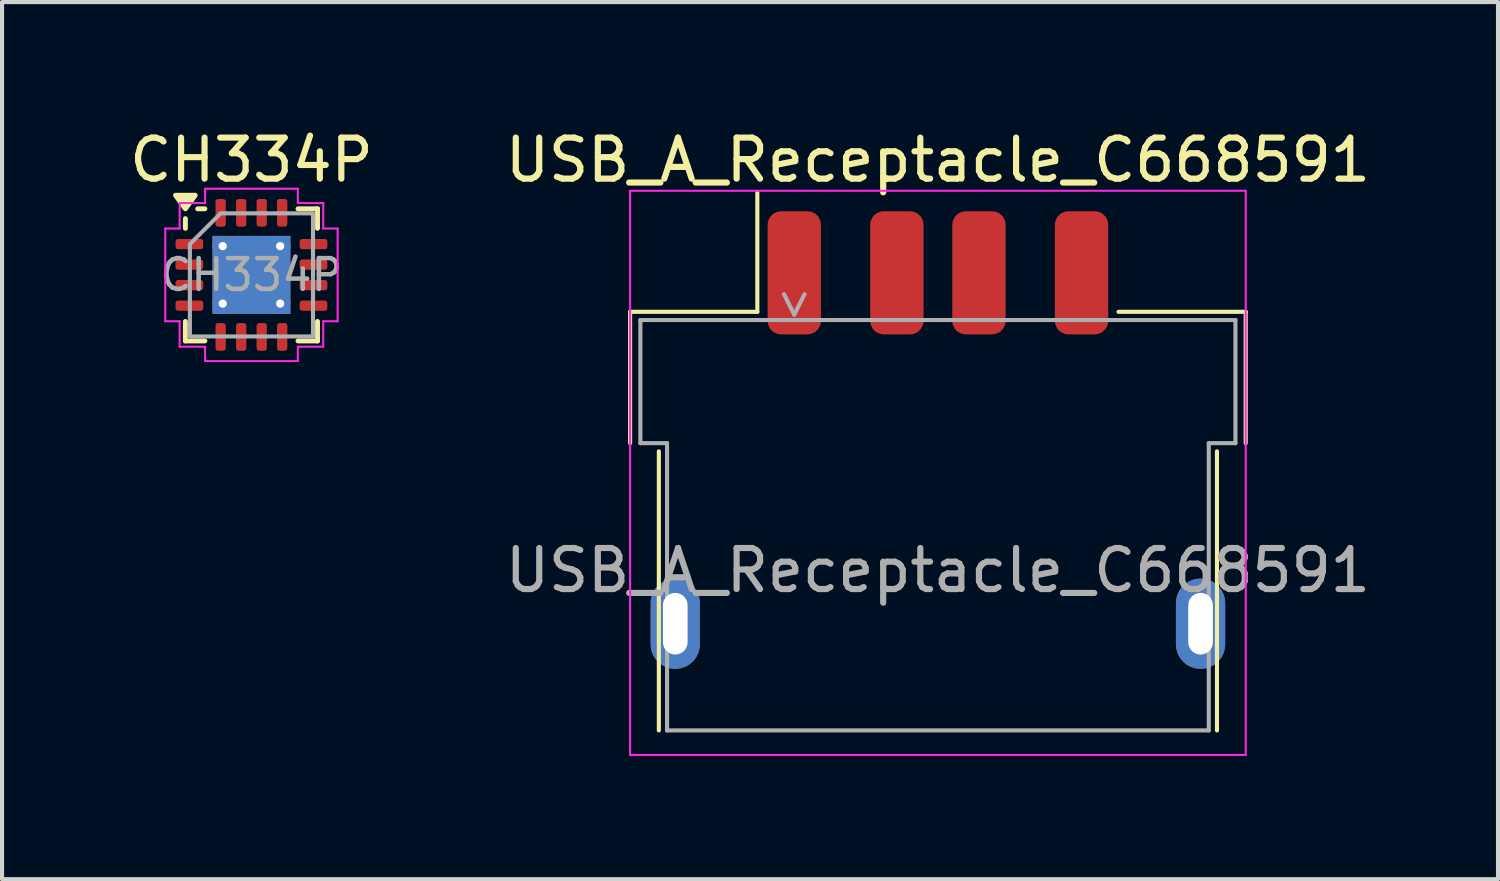
<source format=kicad_pcb>
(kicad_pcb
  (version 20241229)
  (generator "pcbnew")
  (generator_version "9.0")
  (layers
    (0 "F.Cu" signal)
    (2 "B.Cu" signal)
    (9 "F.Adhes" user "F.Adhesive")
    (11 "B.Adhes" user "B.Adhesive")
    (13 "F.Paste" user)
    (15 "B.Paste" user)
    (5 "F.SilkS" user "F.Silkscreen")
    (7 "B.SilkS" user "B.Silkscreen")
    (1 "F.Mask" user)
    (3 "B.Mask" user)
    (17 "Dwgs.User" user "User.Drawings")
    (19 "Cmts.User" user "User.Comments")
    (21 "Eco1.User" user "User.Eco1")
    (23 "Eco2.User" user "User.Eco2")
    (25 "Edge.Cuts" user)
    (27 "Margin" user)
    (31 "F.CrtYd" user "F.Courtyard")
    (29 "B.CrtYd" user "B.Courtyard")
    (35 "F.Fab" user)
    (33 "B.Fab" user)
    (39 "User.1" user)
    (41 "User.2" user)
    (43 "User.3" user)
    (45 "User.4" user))
  (footprint "CH334P"
    (layer "F.Cu")
    (at 3.077 3.648)
    (property "Reference" "CH334P" (at 0 -2.8 0) (layer "F.SilkS") (effects (font (size 1 1) (thickness 0.15))))
    (attr smd)
    (fp_line (start -1.61 -1.135) (end -1.61 -1.37) (stroke (width 0.12) (type solid)) (layer "F.SilkS"))
    (fp_line (start -1.61 1.61) (end -1.61 1.135) (stroke (width 0.12) (type solid)) (layer "F.SilkS"))
    (fp_line (start -1.135 -1.61) (end -1.31 -1.61) (stroke (width 0.12) (type solid)) (layer "F.SilkS"))
    (fp_line (start -1.135 1.61) (end -1.61 1.61) (stroke (width 0.12) (type solid)) (layer "F.SilkS"))
    (fp_line (start 1.135 -1.61) (end 1.61 -1.61) (stroke (width 0.12) (type solid)) (layer "F.SilkS"))
    (fp_line (start 1.135 1.61) (end 1.61 1.61) (stroke (width 0.12) (type solid)) (layer "F.SilkS"))
    (fp_line (start 1.61 -1.61) (end 1.61 -1.135) (stroke (width 0.12) (type solid)) (layer "F.SilkS"))
    (fp_line (start 1.61 1.61) (end 1.61 1.135) (stroke (width 0.12) (type solid)) (layer "F.SilkS"))
    (fp_poly (pts (xy -1.61 -1.61) (xy -1.85 -1.94) (xy -1.37 -1.94)) (stroke (width 0.12) (type solid)) (fill yes) (layer "F.SilkS"))
    (fp_line (start -2.1 -1.13) (end -1.75 -1.13) (stroke (width 0.05) (type solid)) (layer "F.CrtYd"))
    (fp_line (start -2.1 1.13) (end -2.1 -1.13) (stroke (width 0.05) (type solid)) (layer "F.CrtYd"))
    (fp_line (start -1.75 -1.75) (end -1.13 -1.75) (stroke (width 0.05) (type solid)) (layer "F.CrtYd"))
    (fp_line (start -1.75 -1.13) (end -1.75 -1.75) (stroke (width 0.05) (type solid)) (layer "F.CrtYd"))
    (fp_line (start -1.75 1.13) (end -2.1 1.13) (stroke (width 0.05) (type solid)) (layer "F.CrtYd"))
    (fp_line (start -1.75 1.75) (end -1.75 1.13) (stroke (width 0.05) (type solid)) (layer "F.CrtYd"))
    (fp_line (start -1.13 -2.1) (end 1.13 -2.1) (stroke (width 0.05) (type solid)) (layer "F.CrtYd"))
    (fp_line (start -1.13 -1.75) (end -1.13 -2.1) (stroke (width 0.05) (type solid)) (layer "F.CrtYd"))
    (fp_line (start -1.13 1.75) (end -1.75 1.75) (stroke (width 0.05) (type solid)) (layer "F.CrtYd"))
    (fp_line (start -1.13 2.1) (end -1.13 1.75) (stroke (width 0.05) (type solid)) (layer "F.CrtYd"))
    (fp_line (start 1.13 -2.1) (end 1.13 -1.75) (stroke (width 0.05) (type solid)) (layer "F.CrtYd"))
    (fp_line (start 1.13 -1.75) (end 1.75 -1.75) (stroke (width 0.05) (type solid)) (layer "F.CrtYd"))
    (fp_line (start 1.13 1.75) (end 1.13 2.1) (stroke (width 0.05) (type solid)) (layer "F.CrtYd"))
    (fp_line (start 1.13 2.1) (end -1.13 2.1) (stroke (width 0.05) (type solid)) (layer "F.CrtYd"))
    (fp_line (start 1.75 -1.75) (end 1.75 -1.13) (stroke (width 0.05) (type solid)) (layer "F.CrtYd"))
    (fp_line (start 1.75 -1.13) (end 2.1 -1.13) (stroke (width 0.05) (type solid)) (layer "F.CrtYd"))
    (fp_line (start 1.75 1.13) (end 1.75 1.75) (stroke (width 0.05) (type solid)) (layer "F.CrtYd"))
    (fp_line (start 1.75 1.75) (end 1.13 1.75) (stroke (width 0.05) (type solid)) (layer "F.CrtYd"))
    (fp_line (start 2.1 -1.13) (end 2.1 1.13) (stroke (width 0.05) (type solid)) (layer "F.CrtYd"))
    (fp_line (start 2.1 1.13) (end 1.75 1.13) (stroke (width 0.05) (type solid)) (layer "F.CrtYd"))
    (fp_poly (pts (xy -1.5 -0.75) (xy -1.5 1.5) (xy 1.5 1.5) (xy 1.5 -1.5) (xy -0.75 -1.5)) (stroke (width 0.1) (type solid)) (fill no) (layer "F.Fab"))
    (fp_text user "${REFERENCE}" (at 0 0 0) (layer "F.Fab") (effects (font (size 0.75 0.75) (thickness 0.11))))
    (pad "" smd roundrect (at -0.475 -0.475) (size 0.82 0.82) (layers "F.Paste") (roundrect_rratio 0.25))
    (pad "" smd roundrect (at -0.475 0.475) (size 0.82 0.82) (layers "F.Paste") (roundrect_rratio 0.25))
    (pad "" smd roundrect (at 0.475 -0.475) (size 0.82 0.82) (layers "F.Paste") (roundrect_rratio 0.25))
    (pad "" smd roundrect (at 0.475 0.475) (size 0.82 0.82) (layers "F.Paste") (roundrect_rratio 0.25))
    (pad "1" smd roundrect (at -1.512 -0.75) (size 0.675 0.25) (layers "F.Cu" "F.Mask" "F.Paste") (roundrect_rratio 0.25))
    (pad "2" smd roundrect (at -1.512 -0.25) (size 0.675 0.25) (layers "F.Cu" "F.Mask" "F.Paste") (roundrect_rratio 0.25))
    (pad "3" smd roundrect (at -1.512 0.25) (size 0.675 0.25) (layers "F.Cu" "F.Mask" "F.Paste") (roundrect_rratio 0.25))
    (pad "4" smd roundrect (at -1.512 0.75) (size 0.675 0.25) (layers "F.Cu" "F.Mask" "F.Paste") (roundrect_rratio 0.25))
    (pad "5" smd roundrect (at -0.75 1.512) (size 0.25 0.675) (layers "F.Cu" "F.Mask" "F.Paste") (roundrect_rratio 0.25))
    (pad "6" smd roundrect (at -0.25 1.512) (size 0.25 0.675) (layers "F.Cu" "F.Mask" "F.Paste") (roundrect_rratio 0.25))
    (pad "7" smd roundrect (at 0.25 1.512) (size 0.25 0.675) (layers "F.Cu" "F.Mask" "F.Paste") (roundrect_rratio 0.25))
    (pad "8" smd roundrect (at 0.75 1.512) (size 0.25 0.675) (layers "F.Cu" "F.Mask" "F.Paste") (roundrect_rratio 0.25))
    (pad "9" smd roundrect (at 1.512 0.75) (size 0.675 0.25) (layers "F.Cu" "F.Mask" "F.Paste") (roundrect_rratio 0.25))
    (pad "10" smd roundrect (at 1.512 0.25) (size 0.675 0.25) (layers "F.Cu" "F.Mask" "F.Paste") (roundrect_rratio 0.25))
    (pad "11" smd roundrect (at 1.512 -0.25) (size 0.675 0.25) (layers "F.Cu" "F.Mask" "F.Paste") (roundrect_rratio 0.25))
    (pad "12" smd roundrect (at 1.512 -0.75) (size 0.675 0.25) (layers "F.Cu" "F.Mask" "F.Paste") (roundrect_rratio 0.25))
    (pad "13" smd roundrect (at 0.75 -1.512) (size 0.25 0.675) (layers "F.Cu" "F.Mask" "F.Paste") (roundrect_rratio 0.25))
    (pad "14" smd roundrect (at 0.25 -1.512) (size 0.25 0.675) (layers "F.Cu" "F.Mask" "F.Paste") (roundrect_rratio 0.25))
    (pad "15" smd roundrect (at -0.25 -1.512) (size 0.25 0.675) (layers "F.Cu" "F.Mask" "F.Paste") (roundrect_rratio 0.25))
    (pad "16" smd roundrect (at -0.75 -1.512) (size 0.25 0.675) (layers "F.Cu" "F.Mask" "F.Paste") (roundrect_rratio 0.25))
    (pad "17" thru_hole circle (at -0.7 -0.7) (size 0.5 0.5) (drill 0.2) (property pad_prop_heatsink) (layers "*.Cu"))
    (pad "17" thru_hole circle (at -0.7 0.7) (size 0.5 0.5) (drill 0.2) (property pad_prop_heatsink) (layers "*.Cu"))
    (pad "17" smd rect (at 0 0) (size 1.9 1.9) (property pad_prop_heatsink) (layers "F.Cu" "F.Mask"))
    (pad "17" smd rect (at 0 0) (size 1.9 1.9) (property pad_prop_heatsink) (layers "B.Cu"))
    (pad "17" thru_hole circle (at 0.7 -0.7) (size 0.5 0.5) (drill 0.2) (property pad_prop_heatsink) (layers "*.Cu"))
    (pad "17" thru_hole circle (at 0.7 0.7) (size 0.5 0.5) (drill 0.2) (property pad_prop_heatsink) (layers "*.Cu")))
  (footprint "USB_A_Receptacle_C668591"
    (layer "F.Cu")
    (at 19.804 7.798)
    (property "Reference" "USB_A_Receptacle_C668591" (at 0 -6.95 0) (layer "F.SilkS") (effects (font (size 1 1) (thickness 0.15))))
    (attr smd)
    (fp_line (start -7.5 -3.25) (end -4.4 -3.25) (stroke (width 0.1) (type default)) (layer "F.SilkS"))
    (fp_line (start -7.5 -0.05) (end -7.5 -3.25) (stroke (width 0.1) (type default)) (layer "F.SilkS"))
    (fp_line (start -6.8 0.15) (end -6.8 6.95) (stroke (width 0.1) (type default)) (layer "F.SilkS"))
    (fp_line (start -4.4 -3.25) (end -4.4 -6.15) (stroke (width 0.1) (type default)) (layer "F.SilkS"))
    (fp_line (start 4.4 -3.25) (end 7.5 -3.25) (stroke (width 0.1) (type default)) (layer "F.SilkS"))
    (fp_line (start 6.8 6.95) (end 6.8 0.15) (stroke (width 0.1) (type default)) (layer "F.SilkS"))
    (fp_line (start 7.5 -3.25) (end 7.5 -0.05) (stroke (width 0.1) (type default)) (layer "F.SilkS"))
    (fp_line (start -7.5 -6.2) (end 7.5 -6.2) (stroke (width 0.05) (type solid)) (layer "F.CrtYd"))
    (fp_line (start -7.5 7.55) (end -7.5 -6.2) (stroke (width 0.05) (type solid)) (layer "F.CrtYd"))
    (fp_line (start -7.5 7.55) (end 7.5 7.55) (stroke (width 0.05) (type default)) (layer "F.CrtYd"))
    (fp_line (start 7.5 -6.2) (end 7.5 7.55) (stroke (width 0.05) (type default)) (layer "F.CrtYd"))
    (fp_line (start -7.25 -3.05) (end -7.25 -0.05) (stroke (width 0.1) (type default)) (layer "F.Fab"))
    (fp_line (start -7.25 -3.05) (end 7.25 -3.05) (stroke (width 0.1) (type default)) (layer "F.Fab"))
    (fp_line (start -6.6 -0.05) (end -7.25 -0.05) (stroke (width 0.1) (type default)) (layer "F.Fab"))
    (fp_line (start -6.6 -0.05) (end -6.6 6.95) (stroke (width 0.1) (type default)) (layer "F.Fab"))
    (fp_line (start -3.75 -3.68) (end -3.5 -3.18) (stroke (width 0.1) (type default)) (layer "F.Fab"))
    (fp_line (start -3.5 -3.18) (end -3.25 -3.68) (stroke (width 0.1) (type default)) (layer "F.Fab"))
    (fp_line (start 6.6 6.95) (end -6.6 6.95) (stroke (width 0.1) (type default)) (layer "F.Fab"))
    (fp_line (start 6.6 6.95) (end 6.6 -0.05) (stroke (width 0.1) (type default)) (layer "F.Fab"))
    (fp_line (start 7.25 -3.05) (end 7.25 -0.05) (stroke (width 0.1) (type default)) (layer "F.Fab"))
    (fp_line (start 7.25 -0.05) (end 6.6 -0.05) (stroke (width 0.1) (type default)) (layer "F.Fab"))
    (fp_text user "${REFERENCE}" (at 0 3.05 0) (unlocked yes) (layer "F.Fab") (effects (font (size 1 1) (thickness 0.15))))
    (pad "" smd oval (at -6.4 4.35) (size 1.2 2.2) (layers "F.Paste"))
    (pad "" smd oval (at 6.4 4.35) (size 1.2 2.2) (layers "F.Paste"))
    (pad "1" smd roundrect (at -3.5 -4.2) (size 1.3 3) (layers "F.Cu" "F.Mask" "F.Paste") (roundrect_rratio 0.25))
    (pad "2" smd roundrect (at -1 -4.2) (size 1.3 3) (layers "F.Cu" "F.Mask" "F.Paste") (roundrect_rratio 0.25))
    (pad "3" smd roundrect (at 1 -4.2) (size 1.3 3) (layers "F.Cu" "F.Mask" "F.Paste") (roundrect_rratio 0.25))
    (pad "4" smd roundrect (at 3.5 -4.2) (size 1.3 3) (layers "F.Cu" "F.Mask" "F.Paste") (roundrect_rratio 0.25))
    (pad "5" thru_hole oval (at -6.4 4.35) (size 1.2 2.2) (drill oval 0.6 1.5) (property pad_prop_heatsink) (layers "*.Cu" "*.Mask"))
    (pad "5" thru_hole oval (at 6.4 4.35) (size 1.2 2.2) (drill oval 0.6 1.5) (property pad_prop_heatsink) (layers "*.Cu" "*.Mask")))
  (gr_rect
    (start -3 -3)
    (end 33.452 18.373)
    (stroke (width 0.1) (type default))
    (fill no)
    (layer "Edge.Cuts")))
</source>
